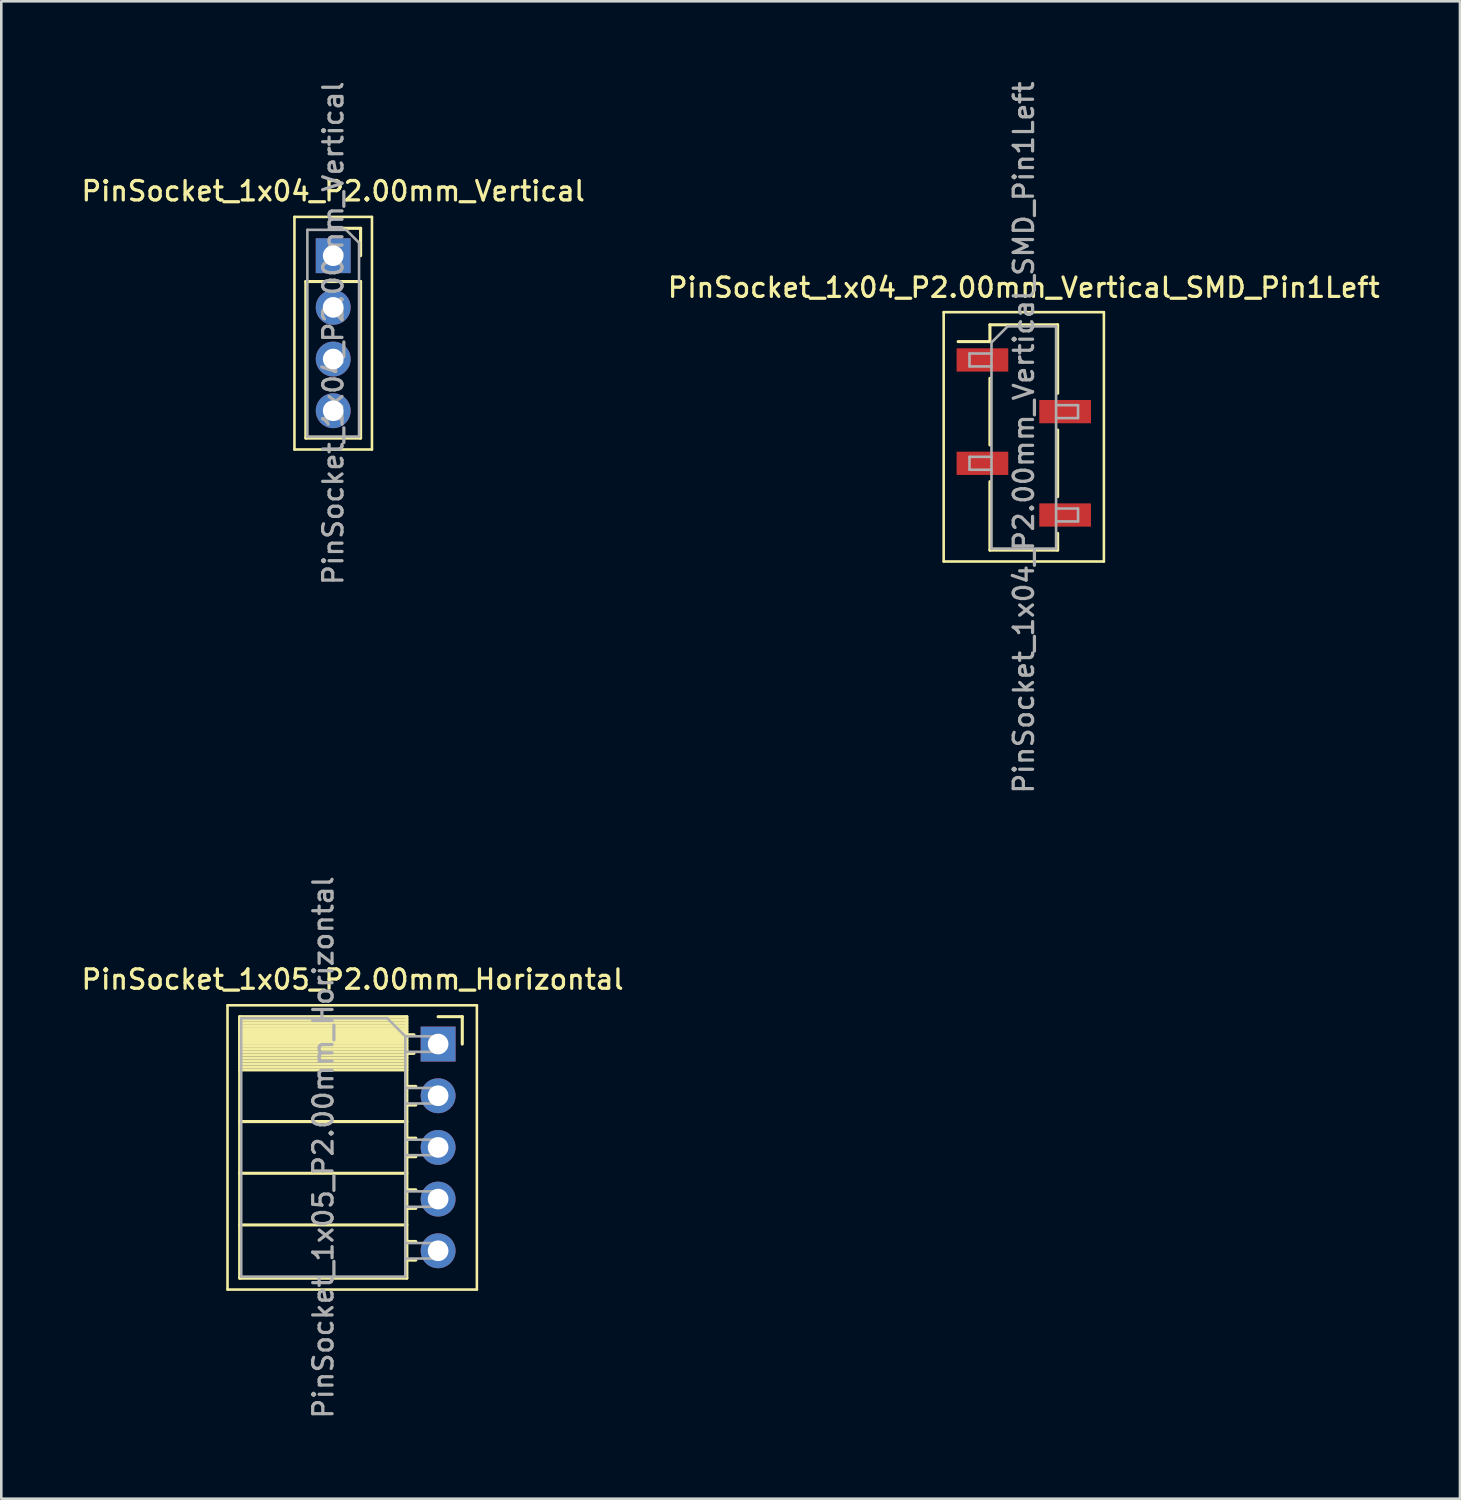
<source format=kicad_pcb>
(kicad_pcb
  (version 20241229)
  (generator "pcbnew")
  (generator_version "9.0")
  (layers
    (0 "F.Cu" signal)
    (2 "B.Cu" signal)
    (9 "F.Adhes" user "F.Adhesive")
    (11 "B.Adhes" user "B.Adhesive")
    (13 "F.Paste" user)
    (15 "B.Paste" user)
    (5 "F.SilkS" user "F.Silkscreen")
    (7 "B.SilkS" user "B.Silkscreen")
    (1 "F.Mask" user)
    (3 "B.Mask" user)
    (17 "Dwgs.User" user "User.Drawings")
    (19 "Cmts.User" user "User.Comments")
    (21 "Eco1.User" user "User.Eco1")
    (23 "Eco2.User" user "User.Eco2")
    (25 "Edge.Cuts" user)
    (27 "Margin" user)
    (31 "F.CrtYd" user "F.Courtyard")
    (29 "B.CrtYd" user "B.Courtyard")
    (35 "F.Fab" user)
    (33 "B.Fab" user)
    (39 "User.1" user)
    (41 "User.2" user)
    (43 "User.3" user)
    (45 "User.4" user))
  (footprint "PinSocket_1x04_P2.00mm_Vertical"
    (layer "F.Cu")
    (at 9.845 6.845)
    (property "Reference" "PinSocket_1x04_P2.00mm_Vertical" (at 0 -2.5 0) (layer "F.SilkS") (effects (font (size 0.75 0.75) (thickness 0.125))))
    (attr through_hole)
    (fp_line (start -1.5 -1.5) (end 1.5 -1.5) (stroke (width 0.1) (type solid)) (layer "F.SilkS"))
    (fp_line (start -1.5 7.5) (end -1.5 -1.5) (stroke (width 0.1) (type solid)) (layer "F.SilkS"))
    (fp_line (start -1.06 1) (end -1.06 7.06) (stroke (width 0.12) (type solid)) (layer "F.SilkS"))
    (fp_line (start -1.06 1) (end 1.06 1) (stroke (width 0.12) (type solid)) (layer "F.SilkS"))
    (fp_line (start -1.06 7.06) (end 1.06 7.06) (stroke (width 0.12) (type solid)) (layer "F.SilkS"))
    (fp_line (start 0 -1.06) (end 1.06 -1.06) (stroke (width 0.12) (type solid)) (layer "F.SilkS"))
    (fp_line (start 1.06 -1.06) (end 1.06 0) (stroke (width 0.12) (type solid)) (layer "F.SilkS"))
    (fp_line (start 1.06 1) (end 1.06 7.06) (stroke (width 0.12) (type solid)) (layer "F.SilkS"))
    (fp_line (start 1.5 -1.5) (end 1.5 7.5) (stroke (width 0.1) (type solid)) (layer "F.SilkS"))
    (fp_line (start 1.5 7.5) (end -1.5 7.5) (stroke (width 0.1) (type solid)) (layer "F.SilkS"))
    (fp_line (start -1 -1) (end 0.5 -1) (stroke (width 0.1) (type solid)) (layer "F.Fab"))
    (fp_line (start -1 7) (end -1 -1) (stroke (width 0.1) (type solid)) (layer "F.Fab"))
    (fp_line (start 0.5 -1) (end 1 -0.5) (stroke (width 0.1) (type solid)) (layer "F.Fab"))
    (fp_line (start 1 -0.5) (end 1 7) (stroke (width 0.1) (type solid)) (layer "F.Fab"))
    (fp_line (start 1 7) (end -1 7) (stroke (width 0.1) (type solid)) (layer "F.Fab"))
    (fp_text user "${REFERENCE}" (at 0 3 90) (layer "F.Fab") (effects (font (size 0.75 0.75) (thickness 0.125))))
    (pad "1" thru_hole rect (at 0 0) (size 1.35 1.35) (drill 0.8) (layers "*.Cu" "*.Mask"))
    (pad "2" thru_hole oval (at 0 2) (size 1.35 1.35) (drill 0.8) (layers "*.Cu" "*.Mask"))
    (pad "3" thru_hole oval (at 0 4) (size 1.35 1.35) (drill 0.8) (layers "*.Cu" "*.Mask"))
    (pad "4" thru_hole oval (at 0 6) (size 1.35 1.35) (drill 0.8) (layers "*.Cu" "*.Mask")))
  (footprint "PinSocket_1x05_P2.00mm_Horizontal"
    (layer "F.Cu")
    (at 13.905 37.355)
    (property "Reference" "PinSocket_1x05_P2.00mm_Horizontal" (at -3.31 -2.5 0) (layer "F.SilkS") (effects (font (size 0.75 0.75) (thickness 0.125))))
    (attr through_hole)
    (fp_line (start -8.15 -1.5) (end -8.15 9.5) (stroke (width 0.1) (type solid)) (layer "F.SilkS"))
    (fp_line (start -8.15 9.5) (end 1.5 9.5) (stroke (width 0.1) (type solid)) (layer "F.SilkS"))
    (fp_line (start -7.68 -1.06) (end -7.68 9.06) (stroke (width 0.12) (type solid)) (layer "F.SilkS"))
    (fp_line (start -7.68 -1.06) (end -1.21 -1.06) (stroke (width 0.12) (type solid)) (layer "F.SilkS"))
    (fp_line (start -7.68 -0.94) (end -1.21 -0.94) (stroke (width 0.12) (type solid)) (layer "F.SilkS"))
    (fp_line (start -7.68 -0.826) (end -1.21 -0.826) (stroke (width 0.12) (type solid)) (layer "F.SilkS"))
    (fp_line (start -7.68 -0.712) (end -1.21 -0.712) (stroke (width 0.12) (type solid)) (layer "F.SilkS"))
    (fp_line (start -7.68 -0.598) (end -1.21 -0.598) (stroke (width 0.12) (type solid)) (layer "F.SilkS"))
    (fp_line (start -7.68 -0.484) (end -1.21 -0.484) (stroke (width 0.12) (type solid)) (layer "F.SilkS"))
    (fp_line (start -7.68 -0.369) (end -1.21 -0.369) (stroke (width 0.12) (type solid)) (layer "F.SilkS"))
    (fp_line (start -7.68 -0.255) (end -1.21 -0.255) (stroke (width 0.12) (type solid)) (layer "F.SilkS"))
    (fp_line (start -7.68 -0.141) (end -1.21 -0.141) (stroke (width 0.12) (type solid)) (layer "F.SilkS"))
    (fp_line (start -7.68 -0.027) (end -1.21 -0.027) (stroke (width 0.12) (type solid)) (layer "F.SilkS"))
    (fp_line (start -7.68 0.087) (end -1.21 0.087) (stroke (width 0.12) (type solid)) (layer "F.SilkS"))
    (fp_line (start -7.68 0.201) (end -1.21 0.201) (stroke (width 0.12) (type solid)) (layer "F.SilkS"))
    (fp_line (start -7.68 0.315) (end -1.21 0.315) (stroke (width 0.12) (type solid)) (layer "F.SilkS"))
    (fp_line (start -7.68 0.429) (end -1.21 0.429) (stroke (width 0.12) (type solid)) (layer "F.SilkS"))
    (fp_line (start -7.68 0.544) (end -1.21 0.544) (stroke (width 0.12) (type solid)) (layer "F.SilkS"))
    (fp_line (start -7.68 0.658) (end -1.21 0.658) (stroke (width 0.12) (type solid)) (layer "F.SilkS"))
    (fp_line (start -7.68 0.772) (end -1.21 0.772) (stroke (width 0.12) (type solid)) (layer "F.SilkS"))
    (fp_line (start -7.68 0.886) (end -1.21 0.886) (stroke (width 0.12) (type solid)) (layer "F.SilkS"))
    (fp_line (start -7.68 1) (end -1.21 1) (stroke (width 0.12) (type solid)) (layer "F.SilkS"))
    (fp_line (start -7.68 3) (end -1.21 3) (stroke (width 0.12) (type solid)) (layer "F.SilkS"))
    (fp_line (start -7.68 5) (end -1.21 5) (stroke (width 0.12) (type solid)) (layer "F.SilkS"))
    (fp_line (start -7.68 7) (end -1.21 7) (stroke (width 0.12) (type solid)) (layer "F.SilkS"))
    (fp_line (start -7.68 9.06) (end -1.21 9.06) (stroke (width 0.12) (type solid)) (layer "F.SilkS"))
    (fp_line (start -1.21 -1.06) (end -1.21 9.06) (stroke (width 0.12) (type solid)) (layer "F.SilkS"))
    (fp_line (start -1.21 -0.36) (end -0.935 -0.36) (stroke (width 0.12) (type solid)) (layer "F.SilkS"))
    (fp_line (start -1.21 0.36) (end -0.935 0.36) (stroke (width 0.12) (type solid)) (layer "F.SilkS"))
    (fp_line (start -1.21 1.64) (end -0.863 1.64) (stroke (width 0.12) (type solid)) (layer "F.SilkS"))
    (fp_line (start -1.21 2.36) (end -0.863 2.36) (stroke (width 0.12) (type solid)) (layer "F.SilkS"))
    (fp_line (start -1.21 3.64) (end -0.863 3.64) (stroke (width 0.12) (type solid)) (layer "F.SilkS"))
    (fp_line (start -1.21 4.36) (end -0.863 4.36) (stroke (width 0.12) (type solid)) (layer "F.SilkS"))
    (fp_line (start -1.21 5.64) (end -0.863 5.64) (stroke (width 0.12) (type solid)) (layer "F.SilkS"))
    (fp_line (start -1.21 6.36) (end -0.863 6.36) (stroke (width 0.12) (type solid)) (layer "F.SilkS"))
    (fp_line (start -1.21 7.64) (end -0.863 7.64) (stroke (width 0.12) (type solid)) (layer "F.SilkS"))
    (fp_line (start -1.21 8.36) (end -0.863 8.36) (stroke (width 0.12) (type solid)) (layer "F.SilkS"))
    (fp_line (start 0 -1.06) (end 0.935 -1.06) (stroke (width 0.12) (type solid)) (layer "F.SilkS"))
    (fp_line (start 0.935 -1.06) (end 0.935 0) (stroke (width 0.12) (type solid)) (layer "F.SilkS"))
    (fp_line (start 1.5 -1.5) (end -8.15 -1.5) (stroke (width 0.1) (type solid)) (layer "F.SilkS"))
    (fp_line (start 1.5 9.5) (end 1.5 -1.5) (stroke (width 0.1) (type solid)) (layer "F.SilkS"))
    (fp_line (start -7.62 -1) (end -1.97 -1) (stroke (width 0.1) (type solid)) (layer "F.Fab"))
    (fp_line (start -7.62 9) (end -7.62 -1) (stroke (width 0.1) (type solid)) (layer "F.Fab"))
    (fp_line (start -1.97 -1) (end -1.27 -0.3) (stroke (width 0.1) (type solid)) (layer "F.Fab"))
    (fp_line (start -1.27 -0.3) (end -1.27 9) (stroke (width 0.1) (type solid)) (layer "F.Fab"))
    (fp_line (start -1.27 0.3) (end 0 0.3) (stroke (width 0.1) (type solid)) (layer "F.Fab"))
    (fp_line (start -1.27 2.3) (end 0 2.3) (stroke (width 0.1) (type solid)) (layer "F.Fab"))
    (fp_line (start -1.27 4.3) (end 0 4.3) (stroke (width 0.1) (type solid)) (layer "F.Fab"))
    (fp_line (start -1.27 6.3) (end 0 6.3) (stroke (width 0.1) (type solid)) (layer "F.Fab"))
    (fp_line (start -1.27 8.3) (end 0 8.3) (stroke (width 0.1) (type solid)) (layer "F.Fab"))
    (fp_line (start -1.27 9) (end -7.62 9) (stroke (width 0.1) (type solid)) (layer "F.Fab"))
    (fp_line (start 0 -0.3) (end -1.27 -0.3) (stroke (width 0.1) (type solid)) (layer "F.Fab"))
    (fp_line (start 0 0.3) (end 0 -0.3) (stroke (width 0.1) (type solid)) (layer "F.Fab"))
    (fp_line (start 0 1.7) (end -1.27 1.7) (stroke (width 0.1) (type solid)) (layer "F.Fab"))
    (fp_line (start 0 2.3) (end 0 1.7) (stroke (width 0.1) (type solid)) (layer "F.Fab"))
    (fp_line (start 0 3.7) (end -1.27 3.7) (stroke (width 0.1) (type solid)) (layer "F.Fab"))
    (fp_line (start 0 4.3) (end 0 3.7) (stroke (width 0.1) (type solid)) (layer "F.Fab"))
    (fp_line (start 0 5.7) (end -1.27 5.7) (stroke (width 0.1) (type solid)) (layer "F.Fab"))
    (fp_line (start 0 6.3) (end 0 5.7) (stroke (width 0.1) (type solid)) (layer "F.Fab"))
    (fp_line (start 0 7.7) (end -1.27 7.7) (stroke (width 0.1) (type solid)) (layer "F.Fab"))
    (fp_line (start 0 8.3) (end 0 7.7) (stroke (width 0.1) (type solid)) (layer "F.Fab"))
    (fp_text user "${REFERENCE}" (at -4.445 4 90) (layer "F.Fab") (effects (font (size 0.75 0.75) (thickness 0.125))))
    (pad "1" thru_hole rect (at 0 0) (size 1.35 1.35) (drill 0.8) (layers "*.Cu" "*.Mask"))
    (pad "2" thru_hole oval (at 0 2) (size 1.35 1.35) (drill 0.8) (layers "*.Cu" "*.Mask"))
    (pad "3" thru_hole oval (at 0 4) (size 1.35 1.35) (drill 0.8) (layers "*.Cu" "*.Mask"))
    (pad "4" thru_hole oval (at 0 6) (size 1.35 1.35) (drill 0.8) (layers "*.Cu" "*.Mask"))
    (pad "5" thru_hole oval (at 0 8) (size 1.35 1.35) (drill 0.8) (layers "*.Cu" "*.Mask")))
  (footprint "PinSocket_1x04_P2.00mm_Vertical_SMD_Pin1Left"
    (layer "F.Cu")
    (at 36.57 13.88)
    (property "Reference" "PinSocket_1x04_P2.00mm_Vertical_SMD_Pin1Left" (at 0 -5.8 0) (layer "F.SilkS") (effects (font (size 0.75 0.75) (thickness 0.125))))
    (attr smd)
    (fp_line (start -3.1 -4.85) (end 3.1 -4.85) (stroke (width 0.1) (type solid)) (layer "F.SilkS"))
    (fp_line (start -3.1 4.8) (end -3.1 -4.85) (stroke (width 0.1) (type solid)) (layer "F.SilkS"))
    (fp_line (start -2.54 -3.71) (end -1.31 -3.71) (stroke (width 0.12) (type solid)) (layer "F.SilkS"))
    (fp_line (start -1.31 -4.36) (end -1.31 -3.71) (stroke (width 0.12) (type solid)) (layer "F.SilkS"))
    (fp_line (start -1.31 -4.36) (end 1.31 -4.36) (stroke (width 0.12) (type solid)) (layer "F.SilkS"))
    (fp_line (start -1.31 -2.29) (end -1.31 0.29) (stroke (width 0.12) (type solid)) (layer "F.SilkS"))
    (fp_line (start -1.31 1.71) (end -1.31 4.36) (stroke (width 0.12) (type solid)) (layer "F.SilkS"))
    (fp_line (start -1.31 4.36) (end 1.31 4.36) (stroke (width 0.12) (type solid)) (layer "F.SilkS"))
    (fp_line (start 1.31 -4.36) (end 1.31 -1.71) (stroke (width 0.12) (type solid)) (layer "F.SilkS"))
    (fp_line (start 1.31 -0.29) (end 1.31 2.29) (stroke (width 0.12) (type solid)) (layer "F.SilkS"))
    (fp_line (start 1.31 3.71) (end 1.31 4.36) (stroke (width 0.12) (type solid)) (layer "F.SilkS"))
    (fp_line (start 3.1 -4.85) (end 3.1 4.8) (stroke (width 0.1) (type solid)) (layer "F.SilkS"))
    (fp_line (start 3.1 4.8) (end -3.1 4.8) (stroke (width 0.1) (type solid)) (layer "F.SilkS"))
    (fp_line (start -2.1 -3.25) (end -1.25 -3.25) (stroke (width 0.1) (type solid)) (layer "F.Fab"))
    (fp_line (start -2.1 -2.75) (end -2.1 -3.25) (stroke (width 0.1) (type solid)) (layer "F.Fab"))
    (fp_line (start -2.1 0.75) (end -1.25 0.75) (stroke (width 0.1) (type solid)) (layer "F.Fab"))
    (fp_line (start -2.1 1.25) (end -2.1 0.75) (stroke (width 0.1) (type solid)) (layer "F.Fab"))
    (fp_line (start -1.25 -3.675) (end -0.625 -4.3) (stroke (width 0.1) (type solid)) (layer "F.Fab"))
    (fp_line (start -1.25 -2.75) (end -2.1 -2.75) (stroke (width 0.1) (type solid)) (layer "F.Fab"))
    (fp_line (start -1.25 1.25) (end -2.1 1.25) (stroke (width 0.1) (type solid)) (layer "F.Fab"))
    (fp_line (start -1.25 4.3) (end -1.25 -3.675) (stroke (width 0.1) (type solid)) (layer "F.Fab"))
    (fp_line (start -0.625 -4.3) (end 1.25 -4.3) (stroke (width 0.1) (type solid)) (layer "F.Fab"))
    (fp_line (start 1.25 -4.3) (end 1.25 4.3) (stroke (width 0.1) (type solid)) (layer "F.Fab"))
    (fp_line (start 1.25 -1.25) (end 2.1 -1.25) (stroke (width 0.1) (type solid)) (layer "F.Fab"))
    (fp_line (start 1.25 2.75) (end 2.1 2.75) (stroke (width 0.1) (type solid)) (layer "F.Fab"))
    (fp_line (start 1.25 4.3) (end -1.25 4.3) (stroke (width 0.1) (type solid)) (layer "F.Fab"))
    (fp_line (start 2.1 -1.25) (end 2.1 -0.75) (stroke (width 0.1) (type solid)) (layer "F.Fab"))
    (fp_line (start 2.1 -0.75) (end 1.25 -0.75) (stroke (width 0.1) (type solid)) (layer "F.Fab"))
    (fp_line (start 2.1 2.75) (end 2.1 3.25) (stroke (width 0.1) (type solid)) (layer "F.Fab"))
    (fp_line (start 2.1 3.25) (end 1.25 3.25) (stroke (width 0.1) (type solid)) (layer "F.Fab"))
    (fp_text user "${REFERENCE}" (at 0 0 90) (layer "F.Fab") (effects (font (size 0.75 0.75) (thickness 0.125))))
    (pad "1" smd rect (at -1.6 -3) (size 2 0.9) (layers "F.Cu" "F.Mask" "F.Paste"))
    (pad "2" smd rect (at 1.6 -1) (size 2 0.9) (layers "F.Cu" "F.Mask" "F.Paste"))
    (pad "3" smd rect (at -1.6 1) (size 2 0.9) (layers "F.Cu" "F.Mask" "F.Paste"))
    (pad "4" smd rect (at 1.6 3) (size 2 0.9) (layers "F.Cu" "F.Mask" "F.Paste")))
  (gr_rect
    (start -3 -3)
    (end 53.45 54.95)
    (stroke (width 0.1) (type default))
    (fill no)
    (layer "Edge.Cuts")))
</source>
